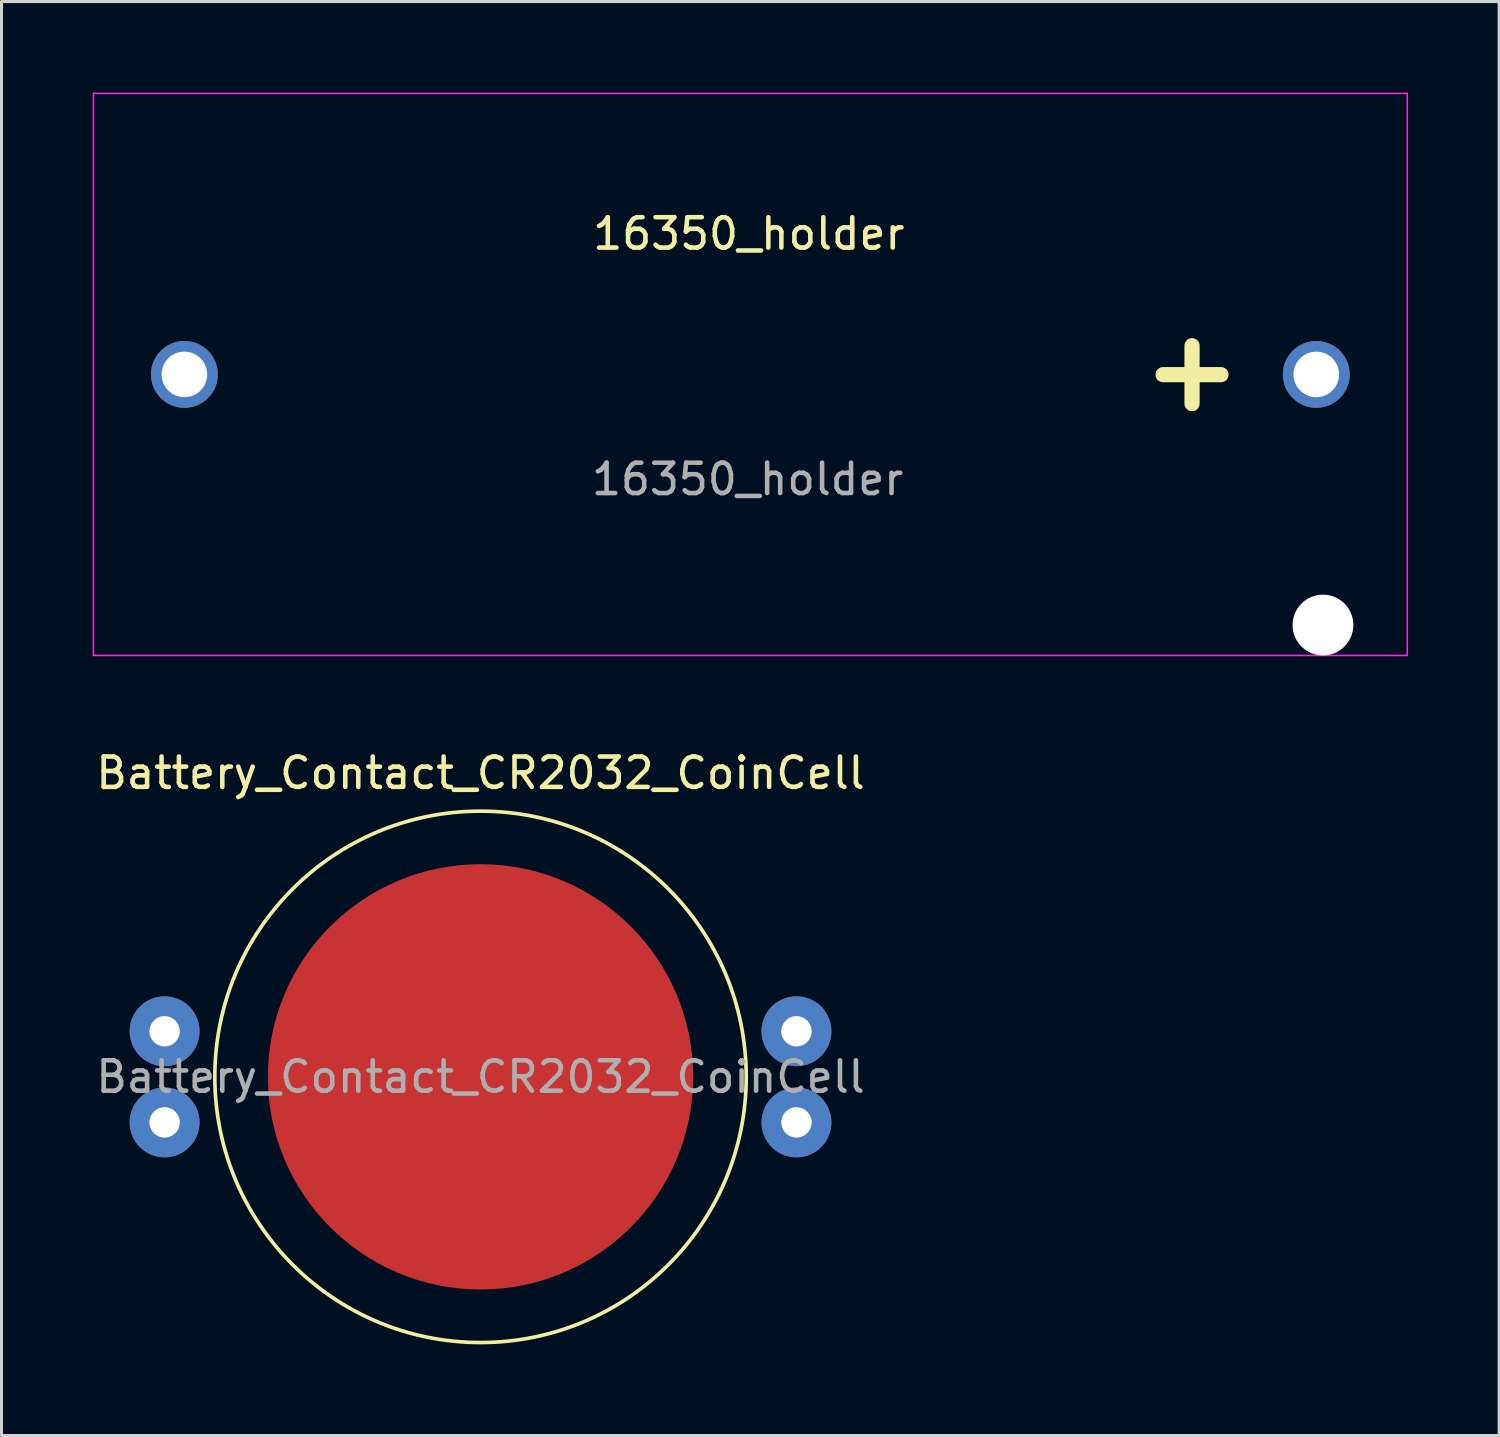
<source format=kicad_pcb>
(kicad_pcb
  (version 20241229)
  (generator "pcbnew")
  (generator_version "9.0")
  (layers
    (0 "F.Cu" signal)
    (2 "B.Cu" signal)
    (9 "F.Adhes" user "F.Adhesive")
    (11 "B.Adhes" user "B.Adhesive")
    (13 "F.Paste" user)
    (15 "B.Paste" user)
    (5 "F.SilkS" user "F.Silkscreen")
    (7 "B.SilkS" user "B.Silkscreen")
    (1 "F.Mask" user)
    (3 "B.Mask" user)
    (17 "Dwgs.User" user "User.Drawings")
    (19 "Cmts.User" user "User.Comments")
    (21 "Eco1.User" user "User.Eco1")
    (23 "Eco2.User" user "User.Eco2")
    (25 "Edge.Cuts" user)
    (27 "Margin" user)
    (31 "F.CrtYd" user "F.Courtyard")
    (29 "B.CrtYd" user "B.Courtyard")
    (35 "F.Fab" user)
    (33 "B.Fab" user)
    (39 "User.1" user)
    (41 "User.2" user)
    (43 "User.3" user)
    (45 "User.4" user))
  (footprint "16350_holder"
    (layer "F.Cu")
    (at 21.65 9.275)
    (property "Reference" "16350_holder" (at -0.05 -4.63 0) (unlocked yes) (layer "F.SilkS") (effects (font (size 1 1) (thickness 0.15))))
    (attr through_hole)
    (fp_line (start -21.625 -9.25) (end -21.625 9.25) (stroke (width 0.05) (type solid)) (layer "F.CrtYd"))
    (fp_line (start -21.625 9.25) (end 21.625 9.25) (stroke (width 0.05) (type solid)) (layer "F.CrtYd"))
    (fp_line (start 21.625 -9.25) (end -21.625 -9.25) (stroke (width 0.05) (type solid)) (layer "F.CrtYd"))
    (fp_line (start 21.625 9.25) (end 21.625 -9.25) (stroke (width 0.05) (type solid)) (layer "F.CrtYd"))
    (fp_text user "+" (at 14.54 -0.17 0) (layer "F.SilkS") (effects (font (size 2.5 2.5) (thickness 0.5))))
    (fp_text user "${REFERENCE}" (at -0.09 3.45 0) (unlocked yes) (layer "F.Fab") (effects (font (size 1 1) (thickness 0.15))))
    (pad "" np_thru_hole circle (at 18.85 8.25) (size 2 2) (drill 2) (layers "*.Cu" "*.Mask"))
    (pad "1" thru_hole circle (at -18.63 0) (size 2.2 2.2) (drill 1.5) (layers "*.Cu" "*.Mask"))
    (pad "2" thru_hole circle (at 18.63 0) (size 2.2 2.2) (drill 1.5) (layers "*.Cu" "*.Mask")))
  (footprint "Battery_Contact_CR2032_CoinCell"
    (layer "F.Cu")
    (at 12.768 32.398)
    (property "Reference" "Battery_Contact_CR2032_CoinCell" (at 0 -10 0) (unlocked yes) (layer "F.SilkS") (effects (font (size 1 1) (thickness 0.15))))
    (attr through_hole)
    (fp_circle (center 0 0) (end 7.5 -4.5) (stroke (width 0.12) (type solid)) (fill no) (layer "F.SilkS"))
    (fp_text user "${REFERENCE}" (at 0 0 0) (unlocked yes) (layer "F.Fab") (effects (font (size 1 1) (thickness 0.15))))
    (pad "1" thru_hole circle (at -10.4 -1.5) (size 2.3 2.3) (drill 1) (layers "*.Cu" "*.Mask"))
    (pad "1" thru_hole circle (at -10.4 1.5) (size 2.3 2.3) (drill 1) (layers "*.Cu" "*.Mask"))
    (pad "1" thru_hole circle (at 10.4 -1.5) (size 2.3 2.3) (drill 1) (layers "*.Cu" "*.Mask"))
    (pad "1" thru_hole circle (at 10.4 1.5) (size 2.3 2.3) (drill 1) (layers "*.Cu" "*.Mask"))
    (pad "2" smd circle (at 0 0) (size 14 14) (layers "F.Cu" "F.Mask" "F.Paste")))
  (gr_rect
    (start -3 -3)
    (end 46.3 44.205)
    (stroke (width 0.1) (type default))
    (fill no)
    (layer "Edge.Cuts")))
</source>
